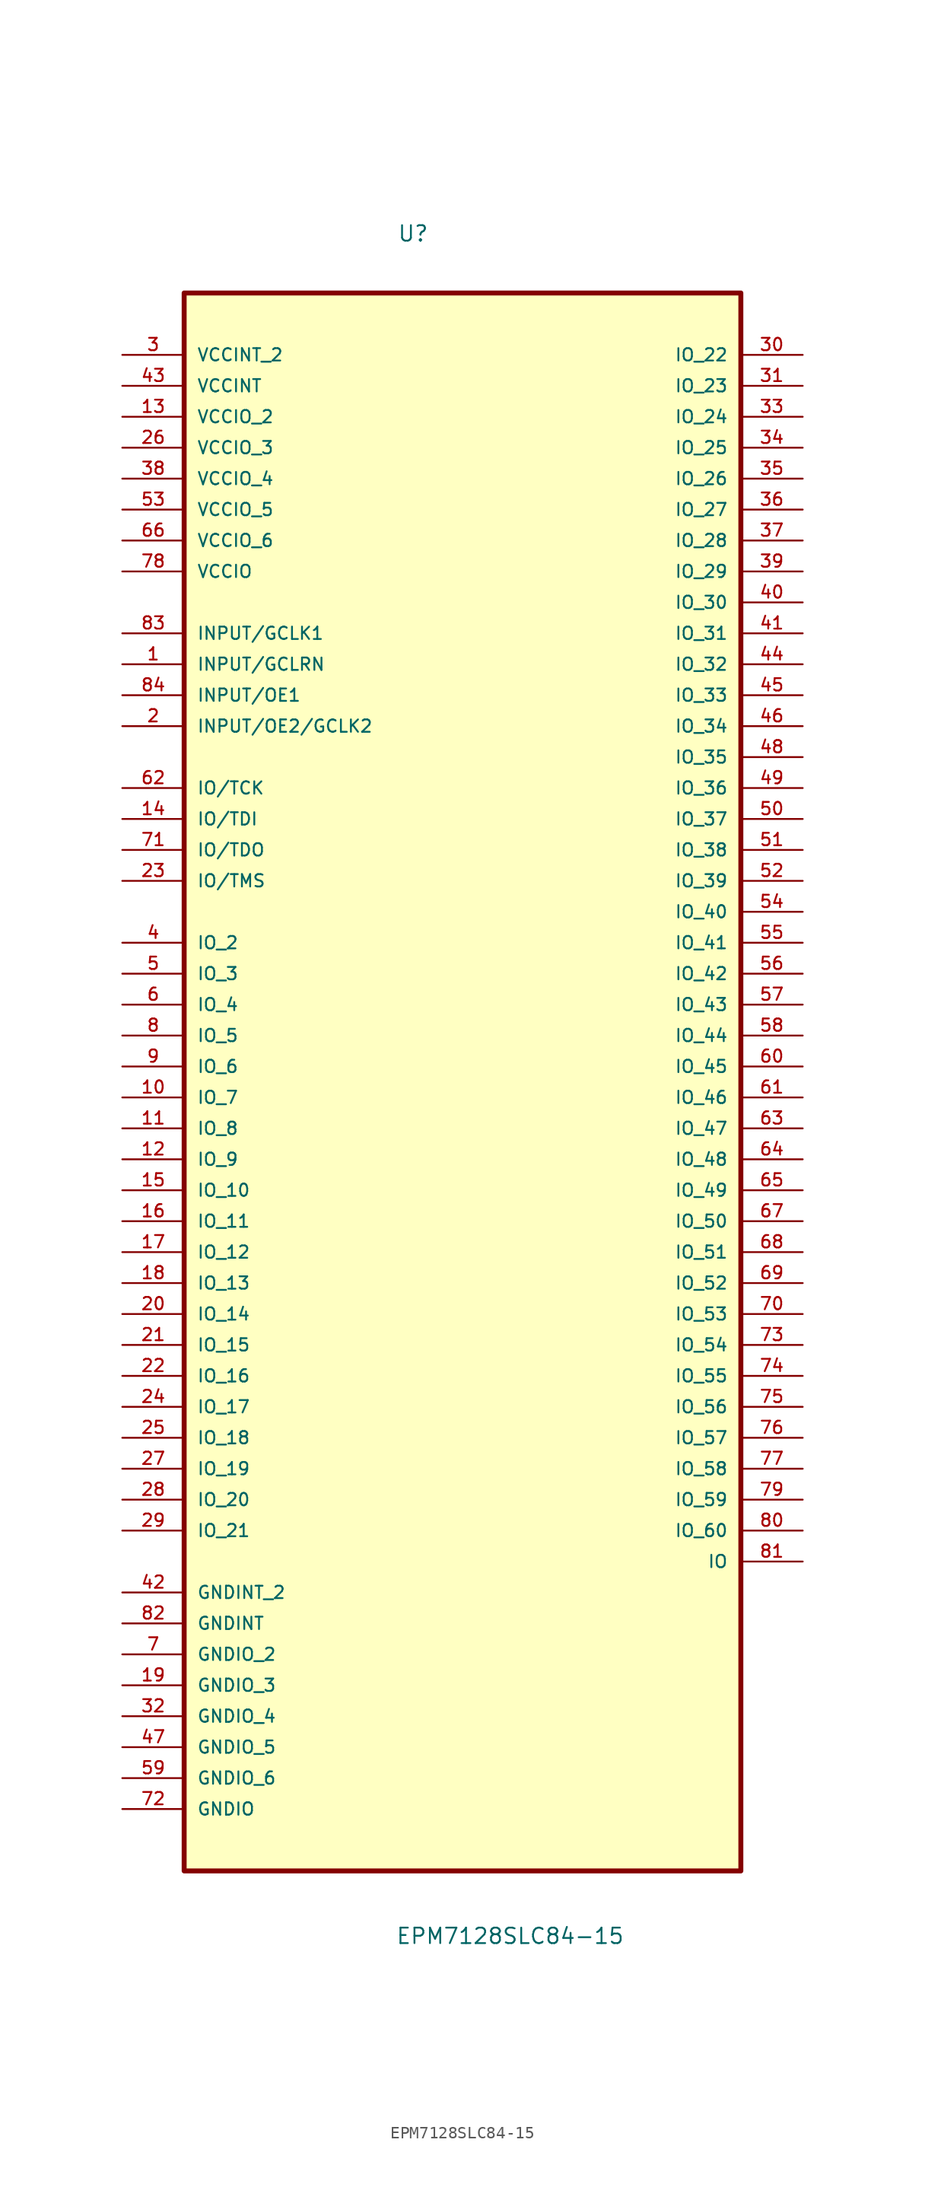
<source format=kicad_sym>
(kicad_symbol_lib
  (version 20220914)
  (generator kicad_symbol_editor)
  (symbol "EPM7128SLC84-15"
    (pin_names
      (offset 1.016))
    (property "Reference" "U"
      (at -5.367 65.094 0)
      (effects (font (size 1.27 1.27)) (justify left bottom)))
    (property "Value" "EPM7128SLC84-15"
      (at -5.497 -74.668 0)
      (effects (font (size 1.27 1.27)) (justify left bottom)))
    (symbol "EPM7128SLC84-15_0_0"
      (rectangle (start -22.86 -68.58) (end 22.86 60.96) (stroke (width 0.406) (type default)) (fill (type background)))
      (pin input line (at -27.94 30.48 0) (length 5.08) (name "INPUT/GCLRN" (effects (font (size 1.016 1.016)))) (number "1" (effects (font (size 1.016 1.016)))))
      (pin bidirectional line (at -27.94 -5.08 0) (length 5.08) (name "IO_7" (effects (font (size 1.016 1.016)))) (number "10" (effects (font (size 1.016 1.016)))))
      (pin bidirectional line (at -27.94 -7.62 0) (length 5.08) (name "IO_8" (effects (font (size 1.016 1.016)))) (number "11" (effects (font (size 1.016 1.016)))))
      (pin bidirectional line (at -27.94 -10.16 0) (length 5.08) (name "IO_9" (effects (font (size 1.016 1.016)))) (number "12" (effects (font (size 1.016 1.016)))))
      (pin power_in line (at -27.94 50.8 0) (length 5.08) (name "VCCIO_2" (effects (font (size 1.016 1.016)))) (number "13" (effects (font (size 1.016 1.016)))))
      (pin bidirectional line (at -27.94 17.78 0) (length 5.08) (name "IO/TDI" (effects (font (size 1.016 1.016)))) (number "14" (effects (font (size 1.016 1.016)))))
      (pin bidirectional line (at -27.94 -12.7 0) (length 5.08) (name "IO_10" (effects (font (size 1.016 1.016)))) (number "15" (effects (font (size 1.016 1.016)))))
      (pin bidirectional line (at -27.94 -15.24 0) (length 5.08) (name "IO_11" (effects (font (size 1.016 1.016)))) (number "16" (effects (font (size 1.016 1.016)))))
      (pin bidirectional line (at -27.94 -17.78 0) (length 5.08) (name "IO_12" (effects (font (size 1.016 1.016)))) (number "17" (effects (font (size 1.016 1.016)))))
      (pin bidirectional line (at -27.94 -20.32 0) (length 5.08) (name "IO_13" (effects (font (size 1.016 1.016)))) (number "18" (effects (font (size 1.016 1.016)))))
      (pin passive line (at -27.94 -53.34 0) (length 5.08) (name "GNDIO_3" (effects (font (size 1.016 1.016)))) (number "19" (effects (font (size 1.016 1.016)))))
      (pin input line (at -27.94 25.4 0) (length 5.08) (name "INPUT/OE2/GCLK2" (effects (font (size 1.016 1.016)))) (number "2" (effects (font (size 1.016 1.016)))))
      (pin bidirectional line (at -27.94 -22.86 0) (length 5.08) (name "IO_14" (effects (font (size 1.016 1.016)))) (number "20" (effects (font (size 1.016 1.016)))))
      (pin bidirectional line (at -27.94 -25.4 0) (length 5.08) (name "IO_15" (effects (font (size 1.016 1.016)))) (number "21" (effects (font (size 1.016 1.016)))))
      (pin bidirectional line (at -27.94 -27.94 0) (length 5.08) (name "IO_16" (effects (font (size 1.016 1.016)))) (number "22" (effects (font (size 1.016 1.016)))))
      (pin bidirectional line (at -27.94 12.7 0) (length 5.08) (name "IO/TMS" (effects (font (size 1.016 1.016)))) (number "23" (effects (font (size 1.016 1.016)))))
      (pin bidirectional line (at -27.94 -30.48 0) (length 5.08) (name "IO_17" (effects (font (size 1.016 1.016)))) (number "24" (effects (font (size 1.016 1.016)))))
      (pin bidirectional line (at -27.94 -33.02 0) (length 5.08) (name "IO_18" (effects (font (size 1.016 1.016)))) (number "25" (effects (font (size 1.016 1.016)))))
      (pin power_in line (at -27.94 48.26 0) (length 5.08) (name "VCCIO_3" (effects (font (size 1.016 1.016)))) (number "26" (effects (font (size 1.016 1.016)))))
      (pin bidirectional line (at -27.94 -35.56 0) (length 5.08) (name "IO_19" (effects (font (size 1.016 1.016)))) (number "27" (effects (font (size 1.016 1.016)))))
      (pin bidirectional line (at -27.94 -38.1 0) (length 5.08) (name "IO_20" (effects (font (size 1.016 1.016)))) (number "28" (effects (font (size 1.016 1.016)))))
      (pin bidirectional line (at -27.94 -40.64 0) (length 5.08) (name "IO_21" (effects (font (size 1.016 1.016)))) (number "29" (effects (font (size 1.016 1.016)))))
      (pin power_in line (at -27.94 55.88 0) (length 5.08) (name "VCCINT_2" (effects (font (size 1.016 1.016)))) (number "3" (effects (font (size 1.016 1.016)))))
      (pin bidirectional line (at 27.94 55.88 180) (length 5.08) (name "IO_22" (effects (font (size 1.016 1.016)))) (number "30" (effects (font (size 1.016 1.016)))))
      (pin bidirectional line (at 27.94 53.34 180) (length 5.08) (name "IO_23" (effects (font (size 1.016 1.016)))) (number "31" (effects (font (size 1.016 1.016)))))
      (pin passive line (at -27.94 -55.88 0) (length 5.08) (name "GNDIO_4" (effects (font (size 1.016 1.016)))) (number "32" (effects (font (size 1.016 1.016)))))
      (pin bidirectional line (at 27.94 50.8 180) (length 5.08) (name "IO_24" (effects (font (size 1.016 1.016)))) (number "33" (effects (font (size 1.016 1.016)))))
      (pin bidirectional line (at 27.94 48.26 180) (length 5.08) (name "IO_25" (effects (font (size 1.016 1.016)))) (number "34" (effects (font (size 1.016 1.016)))))
      (pin bidirectional line (at 27.94 45.72 180) (length 5.08) (name "IO_26" (effects (font (size 1.016 1.016)))) (number "35" (effects (font (size 1.016 1.016)))))
      (pin bidirectional line (at 27.94 43.18 180) (length 5.08) (name "IO_27" (effects (font (size 1.016 1.016)))) (number "36" (effects (font (size 1.016 1.016)))))
      (pin bidirectional line (at 27.94 40.64 180) (length 5.08) (name "IO_28" (effects (font (size 1.016 1.016)))) (number "37" (effects (font (size 1.016 1.016)))))
      (pin power_in line (at -27.94 45.72 0) (length 5.08) (name "VCCIO_4" (effects (font (size 1.016 1.016)))) (number "38" (effects (font (size 1.016 1.016)))))
      (pin bidirectional line (at 27.94 38.1 180) (length 5.08) (name "IO_29" (effects (font (size 1.016 1.016)))) (number "39" (effects (font (size 1.016 1.016)))))
      (pin bidirectional line (at -27.94 7.62 0) (length 5.08) (name "IO_2" (effects (font (size 1.016 1.016)))) (number "4" (effects (font (size 1.016 1.016)))))
      (pin bidirectional line (at 27.94 35.56 180) (length 5.08) (name "IO_30" (effects (font (size 1.016 1.016)))) (number "40" (effects (font (size 1.016 1.016)))))
      (pin bidirectional line (at 27.94 33.02 180) (length 5.08) (name "IO_31" (effects (font (size 1.016 1.016)))) (number "41" (effects (font (size 1.016 1.016)))))
      (pin passive line (at -27.94 -45.72 0) (length 5.08) (name "GNDINT_2" (effects (font (size 1.016 1.016)))) (number "42" (effects (font (size 1.016 1.016)))))
      (pin power_in line (at -27.94 53.34 0) (length 5.08) (name "VCCINT" (effects (font (size 1.016 1.016)))) (number "43" (effects (font (size 1.016 1.016)))))
      (pin bidirectional line (at 27.94 30.48 180) (length 5.08) (name "IO_32" (effects (font (size 1.016 1.016)))) (number "44" (effects (font (size 1.016 1.016)))))
      (pin bidirectional line (at 27.94 27.94 180) (length 5.08) (name "IO_33" (effects (font (size 1.016 1.016)))) (number "45" (effects (font (size 1.016 1.016)))))
      (pin bidirectional line (at 27.94 25.4 180) (length 5.08) (name "IO_34" (effects (font (size 1.016 1.016)))) (number "46" (effects (font (size 1.016 1.016)))))
      (pin passive line (at -27.94 -58.42 0) (length 5.08) (name "GNDIO_5" (effects (font (size 1.016 1.016)))) (number "47" (effects (font (size 1.016 1.016)))))
      (pin bidirectional line (at 27.94 22.86 180) (length 5.08) (name "IO_35" (effects (font (size 1.016 1.016)))) (number "48" (effects (font (size 1.016 1.016)))))
      (pin bidirectional line (at 27.94 20.32 180) (length 5.08) (name "IO_36" (effects (font (size 1.016 1.016)))) (number "49" (effects (font (size 1.016 1.016)))))
      (pin bidirectional line (at -27.94 5.08 0) (length 5.08) (name "IO_3" (effects (font (size 1.016 1.016)))) (number "5" (effects (font (size 1.016 1.016)))))
      (pin bidirectional line (at 27.94 17.78 180) (length 5.08) (name "IO_37" (effects (font (size 1.016 1.016)))) (number "50" (effects (font (size 1.016 1.016)))))
      (pin bidirectional line (at 27.94 15.24 180) (length 5.08) (name "IO_38" (effects (font (size 1.016 1.016)))) (number "51" (effects (font (size 1.016 1.016)))))
      (pin bidirectional line (at 27.94 12.7 180) (length 5.08) (name "IO_39" (effects (font (size 1.016 1.016)))) (number "52" (effects (font (size 1.016 1.016)))))
      (pin power_in line (at -27.94 43.18 0) (length 5.08) (name "VCCIO_5" (effects (font (size 1.016 1.016)))) (number "53" (effects (font (size 1.016 1.016)))))
      (pin bidirectional line (at 27.94 10.16 180) (length 5.08) (name "IO_40" (effects (font (size 1.016 1.016)))) (number "54" (effects (font (size 1.016 1.016)))))
      (pin bidirectional line (at 27.94 7.62 180) (length 5.08) (name "IO_41" (effects (font (size 1.016 1.016)))) (number "55" (effects (font (size 1.016 1.016)))))
      (pin bidirectional line (at 27.94 5.08 180) (length 5.08) (name "IO_42" (effects (font (size 1.016 1.016)))) (number "56" (effects (font (size 1.016 1.016)))))
      (pin bidirectional line (at 27.94 2.54 180) (length 5.08) (name "IO_43" (effects (font (size 1.016 1.016)))) (number "57" (effects (font (size 1.016 1.016)))))
      (pin bidirectional line (at 27.94 0 180) (length 5.08) (name "IO_44" (effects (font (size 1.016 1.016)))) (number "58" (effects (font (size 1.016 1.016)))))
      (pin passive line (at -27.94 -60.96 0) (length 5.08) (name "GNDIO_6" (effects (font (size 1.016 1.016)))) (number "59" (effects (font (size 1.016 1.016)))))
      (pin bidirectional line (at -27.94 2.54 0) (length 5.08) (name "IO_4" (effects (font (size 1.016 1.016)))) (number "6" (effects (font (size 1.016 1.016)))))
      (pin bidirectional line (at 27.94 -2.54 180) (length 5.08) (name "IO_45" (effects (font (size 1.016 1.016)))) (number "60" (effects (font (size 1.016 1.016)))))
      (pin bidirectional line (at 27.94 -5.08 180) (length 5.08) (name "IO_46" (effects (font (size 1.016 1.016)))) (number "61" (effects (font (size 1.016 1.016)))))
      (pin bidirectional line (at -27.94 20.32 0) (length 5.08) (name "IO/TCK" (effects (font (size 1.016 1.016)))) (number "62" (effects (font (size 1.016 1.016)))))
      (pin bidirectional line (at 27.94 -7.62 180) (length 5.08) (name "IO_47" (effects (font (size 1.016 1.016)))) (number "63" (effects (font (size 1.016 1.016)))))
      (pin bidirectional line (at 27.94 -10.16 180) (length 5.08) (name "IO_48" (effects (font (size 1.016 1.016)))) (number "64" (effects (font (size 1.016 1.016)))))
      (pin bidirectional line (at 27.94 -12.7 180) (length 5.08) (name "IO_49" (effects (font (size 1.016 1.016)))) (number "65" (effects (font (size 1.016 1.016)))))
      (pin power_in line (at -27.94 40.64 0) (length 5.08) (name "VCCIO_6" (effects (font (size 1.016 1.016)))) (number "66" (effects (font (size 1.016 1.016)))))
      (pin bidirectional line (at 27.94 -15.24 180) (length 5.08) (name "IO_50" (effects (font (size 1.016 1.016)))) (number "67" (effects (font (size 1.016 1.016)))))
      (pin bidirectional line (at 27.94 -17.78 180) (length 5.08) (name "IO_51" (effects (font (size 1.016 1.016)))) (number "68" (effects (font (size 1.016 1.016)))))
      (pin bidirectional line (at 27.94 -20.32 180) (length 5.08) (name "IO_52" (effects (font (size 1.016 1.016)))) (number "69" (effects (font (size 1.016 1.016)))))
      (pin passive line (at -27.94 -50.8 0) (length 5.08) (name "GNDIO_2" (effects (font (size 1.016 1.016)))) (number "7" (effects (font (size 1.016 1.016)))))
      (pin bidirectional line (at 27.94 -22.86 180) (length 5.08) (name "IO_53" (effects (font (size 1.016 1.016)))) (number "70" (effects (font (size 1.016 1.016)))))
      (pin bidirectional line (at -27.94 15.24 0) (length 5.08) (name "IO/TDO" (effects (font (size 1.016 1.016)))) (number "71" (effects (font (size 1.016 1.016)))))
      (pin passive line (at -27.94 -63.5 0) (length 5.08) (name "GNDIO" (effects (font (size 1.016 1.016)))) (number "72" (effects (font (size 1.016 1.016)))))
      (pin bidirectional line (at 27.94 -25.4 180) (length 5.08) (name "IO_54" (effects (font (size 1.016 1.016)))) (number "73" (effects (font (size 1.016 1.016)))))
      (pin bidirectional line (at 27.94 -27.94 180) (length 5.08) (name "IO_55" (effects (font (size 1.016 1.016)))) (number "74" (effects (font (size 1.016 1.016)))))
      (pin bidirectional line (at 27.94 -30.48 180) (length 5.08) (name "IO_56" (effects (font (size 1.016 1.016)))) (number "75" (effects (font (size 1.016 1.016)))))
      (pin bidirectional line (at 27.94 -33.02 180) (length 5.08) (name "IO_57" (effects (font (size 1.016 1.016)))) (number "76" (effects (font (size 1.016 1.016)))))
      (pin bidirectional line (at 27.94 -35.56 180) (length 5.08) (name "IO_58" (effects (font (size 1.016 1.016)))) (number "77" (effects (font (size 1.016 1.016)))))
      (pin power_in line (at -27.94 38.1 0) (length 5.08) (name "VCCIO" (effects (font (size 1.016 1.016)))) (number "78" (effects (font (size 1.016 1.016)))))
      (pin bidirectional line (at 27.94 -38.1 180) (length 5.08) (name "IO_59" (effects (font (size 1.016 1.016)))) (number "79" (effects (font (size 1.016 1.016)))))
      (pin bidirectional line (at -27.94 0 0) (length 5.08) (name "IO_5" (effects (font (size 1.016 1.016)))) (number "8" (effects (font (size 1.016 1.016)))))
      (pin bidirectional line (at 27.94 -40.64 180) (length 5.08) (name "IO_60" (effects (font (size 1.016 1.016)))) (number "80" (effects (font (size 1.016 1.016)))))
      (pin bidirectional line (at 27.94 -43.18 180) (length 5.08) (name "IO" (effects (font (size 1.016 1.016)))) (number "81" (effects (font (size 1.016 1.016)))))
      (pin passive line (at -27.94 -48.26 0) (length 5.08) (name "GNDINT" (effects (font (size 1.016 1.016)))) (number "82" (effects (font (size 1.016 1.016)))))
      (pin input line (at -27.94 33.02 0) (length 5.08) (name "INPUT/GCLK1" (effects (font (size 1.016 1.016)))) (number "83" (effects (font (size 1.016 1.016)))))
      (pin input line (at -27.94 27.94 0) (length 5.08) (name "INPUT/OE1" (effects (font (size 1.016 1.016)))) (number "84" (effects (font (size 1.016 1.016)))))
      (pin bidirectional line (at -27.94 -2.54 0) (length 5.08) (name "IO_6" (effects (font (size 1.016 1.016)))) (number "9" (effects (font (size 1.016 1.016))))))))
</source>
